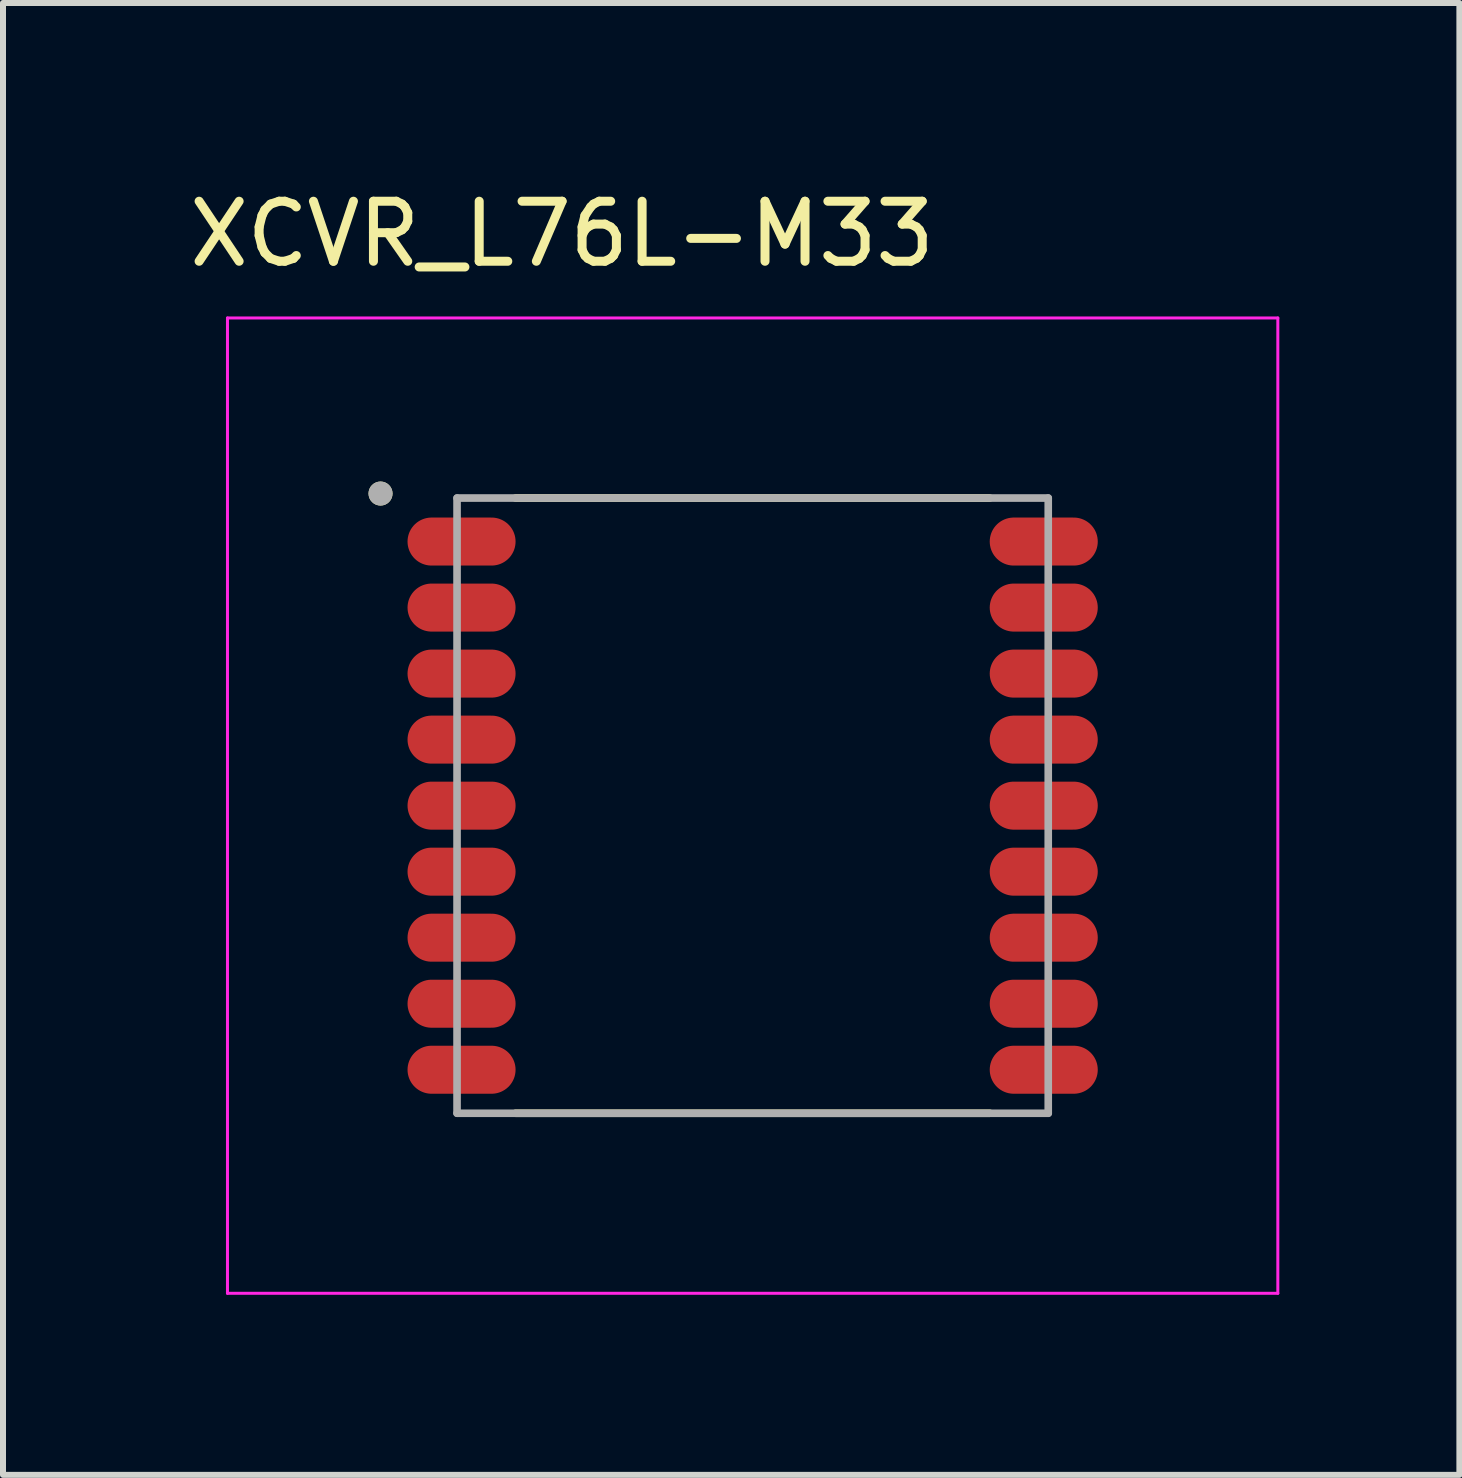
<source format=kicad_pcb>
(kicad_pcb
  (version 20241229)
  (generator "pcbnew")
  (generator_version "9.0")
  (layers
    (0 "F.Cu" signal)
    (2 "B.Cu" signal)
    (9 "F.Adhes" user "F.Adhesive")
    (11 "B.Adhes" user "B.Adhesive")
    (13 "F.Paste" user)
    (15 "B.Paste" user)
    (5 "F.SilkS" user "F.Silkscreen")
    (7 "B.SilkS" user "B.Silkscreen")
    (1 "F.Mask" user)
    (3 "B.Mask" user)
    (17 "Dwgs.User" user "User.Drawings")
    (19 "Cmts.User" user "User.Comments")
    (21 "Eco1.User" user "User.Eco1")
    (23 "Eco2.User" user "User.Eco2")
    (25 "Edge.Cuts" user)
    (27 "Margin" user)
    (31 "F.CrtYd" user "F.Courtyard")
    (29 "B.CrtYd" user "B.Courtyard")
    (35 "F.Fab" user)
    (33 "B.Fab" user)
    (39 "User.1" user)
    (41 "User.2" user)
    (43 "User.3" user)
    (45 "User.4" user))
  (footprint "XCVR_L76L-M33"
    (layer "F.Cu")
    (at 9.49 10.373)
    (property "Reference" "XCVR_L76L-M33" (at -3.175 -9.525 0) (layer "F.SilkS") (effects (font (size 1 1) (thickness 0.15))))
    (attr smd)
    (fp_line (start -3.95 -5.125) (end 3.95 -5.125) (stroke (width 0.127) (type solid)) (layer "F.SilkS"))
    (fp_line (start -3.95 5.125) (end 3.95 5.125) (stroke (width 0.127) (type solid)) (layer "F.SilkS"))
    (fp_circle (center -6.2 -5.2) (end -6.1 -5.2) (stroke (width 0.2) (type solid)) (fill no) (layer "F.SilkS"))
    (fp_poly (pts (xy -5.1 -4.8) (xy -4.45 -4.8) (xy -4.408 -4.798) (xy -4.367 -4.791) (xy -4.326 -4.78) (xy -4.287 -4.765) (xy -4.25 -4.746) (xy -4.215 -4.724) (xy -4.182 -4.697) (xy -4.153 -4.668) (xy -4.126 -4.635) (xy -4.104 -4.6) (xy -4.085 -4.563) (xy -4.07 -4.524) (xy -4.059 -4.483) (xy -4.052 -4.442) (xy -4.05 -4.4) (xy -4.052 -4.358) (xy -4.059 -4.317) (xy -4.07 -4.276) (xy -4.085 -4.237) (xy -4.104 -4.2) (xy -4.126 -4.165) (xy -4.153 -4.132) (xy -4.182 -4.103) (xy -4.215 -4.076) (xy -4.25 -4.054) (xy -4.287 -4.035) (xy -4.326 -4.02) (xy -4.367 -4.009) (xy -4.408 -4.002) (xy -4.45 -4) (xy -5.75 -4) (xy -5.792 -4.002) (xy -5.833 -4.009) (xy -5.874 -4.02) (xy -5.913 -4.035) (xy -5.95 -4.054) (xy -5.985 -4.076) (xy -6.018 -4.103) (xy -6.047 -4.132) (xy -6.074 -4.165) (xy -6.096 -4.2) (xy -6.115 -4.237) (xy -6.13 -4.276) (xy -6.141 -4.317) (xy -6.148 -4.358) (xy -6.15 -4.4) (xy -6.148 -4.442) (xy -6.141 -4.483) (xy -6.13 -4.524) (xy -6.115 -4.563) (xy -6.096 -4.6) (xy -6.074 -4.635) (xy -6.047 -4.668) (xy -6.018 -4.697) (xy -5.985 -4.724) (xy -5.95 -4.746) (xy -5.913 -4.765) (xy -5.874 -4.78) (xy -5.833 -4.791) (xy -5.792 -4.798) (xy -5.75 -4.8) (xy -5.1 -4.8)) (stroke (width 0.0001) (type solid)) (fill yes) (layer "F.Paste"))
    (fp_poly (pts (xy -5.1 -3.7) (xy -4.45 -3.7) (xy -4.408 -3.698) (xy -4.367 -3.691) (xy -4.326 -3.68) (xy -4.287 -3.665) (xy -4.25 -3.646) (xy -4.215 -3.624) (xy -4.182 -3.597) (xy -4.153 -3.568) (xy -4.126 -3.535) (xy -4.104 -3.5) (xy -4.085 -3.463) (xy -4.07 -3.424) (xy -4.059 -3.383) (xy -4.052 -3.342) (xy -4.05 -3.3) (xy -4.052 -3.258) (xy -4.059 -3.217) (xy -4.07 -3.176) (xy -4.085 -3.137) (xy -4.104 -3.1) (xy -4.126 -3.065) (xy -4.153 -3.032) (xy -4.182 -3.003) (xy -4.215 -2.976) (xy -4.25 -2.954) (xy -4.287 -2.935) (xy -4.326 -2.92) (xy -4.367 -2.909) (xy -4.408 -2.902) (xy -4.45 -2.9) (xy -5.75 -2.9) (xy -5.792 -2.902) (xy -5.833 -2.909) (xy -5.874 -2.92) (xy -5.913 -2.935) (xy -5.95 -2.954) (xy -5.985 -2.976) (xy -6.018 -3.003) (xy -6.047 -3.032) (xy -6.074 -3.065) (xy -6.096 -3.1) (xy -6.115 -3.137) (xy -6.13 -3.176) (xy -6.141 -3.217) (xy -6.148 -3.258) (xy -6.15 -3.3) (xy -6.148 -3.342) (xy -6.141 -3.383) (xy -6.13 -3.424) (xy -6.115 -3.463) (xy -6.096 -3.5) (xy -6.074 -3.535) (xy -6.047 -3.568) (xy -6.018 -3.597) (xy -5.985 -3.624) (xy -5.95 -3.646) (xy -5.913 -3.665) (xy -5.874 -3.68) (xy -5.833 -3.691) (xy -5.792 -3.698) (xy -5.75 -3.7) (xy -5.1 -3.7)) (stroke (width 0.0001) (type solid)) (fill yes) (layer "F.Paste"))
    (fp_poly (pts (xy -5.1 -2.6) (xy -4.45 -2.6) (xy -4.408 -2.598) (xy -4.367 -2.591) (xy -4.326 -2.58) (xy -4.287 -2.565) (xy -4.25 -2.546) (xy -4.215 -2.524) (xy -4.182 -2.497) (xy -4.153 -2.468) (xy -4.126 -2.435) (xy -4.104 -2.4) (xy -4.085 -2.363) (xy -4.07 -2.324) (xy -4.059 -2.283) (xy -4.052 -2.242) (xy -4.05 -2.2) (xy -4.052 -2.158) (xy -4.059 -2.117) (xy -4.07 -2.076) (xy -4.085 -2.037) (xy -4.104 -2) (xy -4.126 -1.965) (xy -4.153 -1.932) (xy -4.182 -1.903) (xy -4.215 -1.876) (xy -4.25 -1.854) (xy -4.287 -1.835) (xy -4.326 -1.82) (xy -4.367 -1.809) (xy -4.408 -1.802) (xy -4.45 -1.8) (xy -5.75 -1.8) (xy -5.792 -1.802) (xy -5.833 -1.809) (xy -5.874 -1.82) (xy -5.913 -1.835) (xy -5.95 -1.854) (xy -5.985 -1.876) (xy -6.018 -1.903) (xy -6.047 -1.932) (xy -6.074 -1.965) (xy -6.096 -2) (xy -6.115 -2.037) (xy -6.13 -2.076) (xy -6.141 -2.117) (xy -6.148 -2.158) (xy -6.15 -2.2) (xy -6.148 -2.242) (xy -6.141 -2.283) (xy -6.13 -2.324) (xy -6.115 -2.363) (xy -6.096 -2.4) (xy -6.074 -2.435) (xy -6.047 -2.468) (xy -6.018 -2.497) (xy -5.985 -2.524) (xy -5.95 -2.546) (xy -5.913 -2.565) (xy -5.874 -2.58) (xy -5.833 -2.591) (xy -5.792 -2.598) (xy -5.75 -2.6) (xy -5.1 -2.6)) (stroke (width 0.0001) (type solid)) (fill yes) (layer "F.Paste"))
    (fp_poly (pts (xy -5.1 -1.5) (xy -4.45 -1.5) (xy -4.408 -1.498) (xy -4.367 -1.491) (xy -4.326 -1.48) (xy -4.287 -1.465) (xy -4.25 -1.446) (xy -4.215 -1.424) (xy -4.182 -1.397) (xy -4.153 -1.368) (xy -4.126 -1.335) (xy -4.104 -1.3) (xy -4.085 -1.263) (xy -4.07 -1.224) (xy -4.059 -1.183) (xy -4.052 -1.142) (xy -4.05 -1.1) (xy -4.052 -1.058) (xy -4.059 -1.017) (xy -4.07 -0.976) (xy -4.085 -0.937) (xy -4.104 -0.9) (xy -4.126 -0.865) (xy -4.153 -0.832) (xy -4.182 -0.803) (xy -4.215 -0.776) (xy -4.25 -0.754) (xy -4.287 -0.735) (xy -4.326 -0.72) (xy -4.367 -0.709) (xy -4.408 -0.702) (xy -4.45 -0.7) (xy -5.75 -0.7) (xy -5.792 -0.702) (xy -5.833 -0.709) (xy -5.874 -0.72) (xy -5.913 -0.735) (xy -5.95 -0.754) (xy -5.985 -0.776) (xy -6.018 -0.803) (xy -6.047 -0.832) (xy -6.074 -0.865) (xy -6.096 -0.9) (xy -6.115 -0.937) (xy -6.13 -0.976) (xy -6.141 -1.017) (xy -6.148 -1.058) (xy -6.15 -1.1) (xy -6.148 -1.142) (xy -6.141 -1.183) (xy -6.13 -1.224) (xy -6.115 -1.263) (xy -6.096 -1.3) (xy -6.074 -1.335) (xy -6.047 -1.368) (xy -6.018 -1.397) (xy -5.985 -1.424) (xy -5.95 -1.446) (xy -5.913 -1.465) (xy -5.874 -1.48) (xy -5.833 -1.491) (xy -5.792 -1.498) (xy -5.75 -1.5) (xy -5.1 -1.5)) (stroke (width 0.0001) (type solid)) (fill yes) (layer "F.Paste"))
    (fp_poly (pts (xy -5.1 -0.4) (xy -4.45 -0.4) (xy -4.408 -0.398) (xy -4.367 -0.391) (xy -4.326 -0.38) (xy -4.287 -0.365) (xy -4.25 -0.346) (xy -4.215 -0.324) (xy -4.182 -0.297) (xy -4.153 -0.268) (xy -4.126 -0.235) (xy -4.104 -0.2) (xy -4.085 -0.163) (xy -4.07 -0.124) (xy -4.059 -0.083) (xy -4.052 -0.042) (xy -4.05 0) (xy -4.052 0.042) (xy -4.059 0.083) (xy -4.07 0.124) (xy -4.085 0.163) (xy -4.104 0.2) (xy -4.126 0.235) (xy -4.153 0.268) (xy -4.182 0.297) (xy -4.215 0.324) (xy -4.25 0.346) (xy -4.287 0.365) (xy -4.326 0.38) (xy -4.367 0.391) (xy -4.408 0.398) (xy -4.45 0.4) (xy -5.75 0.4) (xy -5.792 0.398) (xy -5.833 0.391) (xy -5.874 0.38) (xy -5.913 0.365) (xy -5.95 0.346) (xy -5.985 0.324) (xy -6.018 0.297) (xy -6.047 0.268) (xy -6.074 0.235) (xy -6.096 0.2) (xy -6.115 0.163) (xy -6.13 0.124) (xy -6.141 0.083) (xy -6.148 0.042) (xy -6.15 0) (xy -6.148 -0.042) (xy -6.141 -0.083) (xy -6.13 -0.124) (xy -6.115 -0.163) (xy -6.096 -0.2) (xy -6.074 -0.235) (xy -6.047 -0.268) (xy -6.018 -0.297) (xy -5.985 -0.324) (xy -5.95 -0.346) (xy -5.913 -0.365) (xy -5.874 -0.38) (xy -5.833 -0.391) (xy -5.792 -0.398) (xy -5.75 -0.4) (xy -5.1 -0.4)) (stroke (width 0.0001) (type solid)) (fill yes) (layer "F.Paste"))
    (fp_poly (pts (xy -5.1 0.7) (xy -4.45 0.7) (xy -4.408 0.702) (xy -4.367 0.709) (xy -4.326 0.72) (xy -4.287 0.735) (xy -4.25 0.754) (xy -4.215 0.776) (xy -4.182 0.803) (xy -4.153 0.832) (xy -4.126 0.865) (xy -4.104 0.9) (xy -4.085 0.937) (xy -4.07 0.976) (xy -4.059 1.017) (xy -4.052 1.058) (xy -4.05 1.1) (xy -4.052 1.142) (xy -4.059 1.183) (xy -4.07 1.224) (xy -4.085 1.263) (xy -4.104 1.3) (xy -4.126 1.335) (xy -4.153 1.368) (xy -4.182 1.397) (xy -4.215 1.424) (xy -4.25 1.446) (xy -4.287 1.465) (xy -4.326 1.48) (xy -4.367 1.491) (xy -4.408 1.498) (xy -4.45 1.5) (xy -5.75 1.5) (xy -5.792 1.498) (xy -5.833 1.491) (xy -5.874 1.48) (xy -5.913 1.465) (xy -5.95 1.446) (xy -5.985 1.424) (xy -6.018 1.397) (xy -6.047 1.368) (xy -6.074 1.335) (xy -6.096 1.3) (xy -6.115 1.263) (xy -6.13 1.224) (xy -6.141 1.183) (xy -6.148 1.142) (xy -6.15 1.1) (xy -6.148 1.058) (xy -6.141 1.017) (xy -6.13 0.976) (xy -6.115 0.937) (xy -6.096 0.9) (xy -6.074 0.865) (xy -6.047 0.832) (xy -6.018 0.803) (xy -5.985 0.776) (xy -5.95 0.754) (xy -5.913 0.735) (xy -5.874 0.72) (xy -5.833 0.709) (xy -5.792 0.702) (xy -5.75 0.7) (xy -5.1 0.7)) (stroke (width 0.0001) (type solid)) (fill yes) (layer "F.Paste"))
    (fp_poly (pts (xy -5.1 1.8) (xy -4.45 1.8) (xy -4.408 1.802) (xy -4.367 1.809) (xy -4.326 1.82) (xy -4.287 1.835) (xy -4.25 1.854) (xy -4.215 1.876) (xy -4.182 1.903) (xy -4.153 1.932) (xy -4.126 1.965) (xy -4.104 2) (xy -4.085 2.037) (xy -4.07 2.076) (xy -4.059 2.117) (xy -4.052 2.158) (xy -4.05 2.2) (xy -4.052 2.242) (xy -4.059 2.283) (xy -4.07 2.324) (xy -4.085 2.363) (xy -4.104 2.4) (xy -4.126 2.435) (xy -4.153 2.468) (xy -4.182 2.497) (xy -4.215 2.524) (xy -4.25 2.546) (xy -4.287 2.565) (xy -4.326 2.58) (xy -4.367 2.591) (xy -4.408 2.598) (xy -4.45 2.6) (xy -5.75 2.6) (xy -5.792 2.598) (xy -5.833 2.591) (xy -5.874 2.58) (xy -5.913 2.565) (xy -5.95 2.546) (xy -5.985 2.524) (xy -6.018 2.497) (xy -6.047 2.468) (xy -6.074 2.435) (xy -6.096 2.4) (xy -6.115 2.363) (xy -6.13 2.324) (xy -6.141 2.283) (xy -6.148 2.242) (xy -6.15 2.2) (xy -6.148 2.158) (xy -6.141 2.117) (xy -6.13 2.076) (xy -6.115 2.037) (xy -6.096 2) (xy -6.074 1.965) (xy -6.047 1.932) (xy -6.018 1.903) (xy -5.985 1.876) (xy -5.95 1.854) (xy -5.913 1.835) (xy -5.874 1.82) (xy -5.833 1.809) (xy -5.792 1.802) (xy -5.75 1.8) (xy -5.1 1.8)) (stroke (width 0.0001) (type solid)) (fill yes) (layer "F.Paste"))
    (fp_poly (pts (xy -5.1 2.9) (xy -4.45 2.9) (xy -4.408 2.902) (xy -4.367 2.909) (xy -4.326 2.92) (xy -4.287 2.935) (xy -4.25 2.954) (xy -4.215 2.976) (xy -4.182 3.003) (xy -4.153 3.032) (xy -4.126 3.065) (xy -4.104 3.1) (xy -4.085 3.137) (xy -4.07 3.176) (xy -4.059 3.217) (xy -4.052 3.258) (xy -4.05 3.3) (xy -4.052 3.342) (xy -4.059 3.383) (xy -4.07 3.424) (xy -4.085 3.463) (xy -4.104 3.5) (xy -4.126 3.535) (xy -4.153 3.568) (xy -4.182 3.597) (xy -4.215 3.624) (xy -4.25 3.646) (xy -4.287 3.665) (xy -4.326 3.68) (xy -4.367 3.691) (xy -4.408 3.698) (xy -4.45 3.7) (xy -5.75 3.7) (xy -5.792 3.698) (xy -5.833 3.691) (xy -5.874 3.68) (xy -5.913 3.665) (xy -5.95 3.646) (xy -5.985 3.624) (xy -6.018 3.597) (xy -6.047 3.568) (xy -6.074 3.535) (xy -6.096 3.5) (xy -6.115 3.463) (xy -6.13 3.424) (xy -6.141 3.383) (xy -6.148 3.342) (xy -6.15 3.3) (xy -6.148 3.258) (xy -6.141 3.217) (xy -6.13 3.176) (xy -6.115 3.137) (xy -6.096 3.1) (xy -6.074 3.065) (xy -6.047 3.032) (xy -6.018 3.003) (xy -5.985 2.976) (xy -5.95 2.954) (xy -5.913 2.935) (xy -5.874 2.92) (xy -5.833 2.909) (xy -5.792 2.902) (xy -5.75 2.9) (xy -5.1 2.9)) (stroke (width 0.0001) (type solid)) (fill yes) (layer "F.Paste"))
    (fp_poly (pts (xy -5.1 4) (xy -4.45 4) (xy -4.408 4.002) (xy -4.367 4.009) (xy -4.326 4.02) (xy -4.287 4.035) (xy -4.25 4.054) (xy -4.215 4.076) (xy -4.182 4.103) (xy -4.153 4.132) (xy -4.126 4.165) (xy -4.104 4.2) (xy -4.085 4.237) (xy -4.07 4.276) (xy -4.059 4.317) (xy -4.052 4.358) (xy -4.05 4.4) (xy -4.052 4.442) (xy -4.059 4.483) (xy -4.07 4.524) (xy -4.085 4.563) (xy -4.104 4.6) (xy -4.126 4.635) (xy -4.153 4.668) (xy -4.182 4.697) (xy -4.215 4.724) (xy -4.25 4.746) (xy -4.287 4.765) (xy -4.326 4.78) (xy -4.367 4.791) (xy -4.408 4.798) (xy -4.45 4.8) (xy -5.75 4.8) (xy -5.792 4.798) (xy -5.833 4.791) (xy -5.874 4.78) (xy -5.913 4.765) (xy -5.95 4.746) (xy -5.985 4.724) (xy -6.018 4.697) (xy -6.047 4.668) (xy -6.074 4.635) (xy -6.096 4.6) (xy -6.115 4.563) (xy -6.13 4.524) (xy -6.141 4.483) (xy -6.148 4.442) (xy -6.15 4.4) (xy -6.148 4.358) (xy -6.141 4.317) (xy -6.13 4.276) (xy -6.115 4.237) (xy -6.096 4.2) (xy -6.074 4.165) (xy -6.047 4.132) (xy -6.018 4.103) (xy -5.985 4.076) (xy -5.95 4.054) (xy -5.913 4.035) (xy -5.874 4.02) (xy -5.833 4.009) (xy -5.792 4.002) (xy -5.75 4) (xy -5.1 4)) (stroke (width 0.0001) (type solid)) (fill yes) (layer "F.Paste"))
    (fp_poly (pts (xy 5.1 -4.8) (xy 5.75 -4.8) (xy 5.792 -4.798) (xy 5.833 -4.791) (xy 5.874 -4.78) (xy 5.913 -4.765) (xy 5.95 -4.746) (xy 5.985 -4.724) (xy 6.018 -4.697) (xy 6.047 -4.668) (xy 6.074 -4.635) (xy 6.096 -4.6) (xy 6.115 -4.563) (xy 6.13 -4.524) (xy 6.141 -4.483) (xy 6.148 -4.442) (xy 6.15 -4.4) (xy 6.148 -4.358) (xy 6.141 -4.317) (xy 6.13 -4.276) (xy 6.115 -4.237) (xy 6.096 -4.2) (xy 6.074 -4.165) (xy 6.047 -4.132) (xy 6.018 -4.103) (xy 5.985 -4.076) (xy 5.95 -4.054) (xy 5.913 -4.035) (xy 5.874 -4.02) (xy 5.833 -4.009) (xy 5.792 -4.002) (xy 5.75 -4) (xy 4.45 -4) (xy 4.408 -4.002) (xy 4.367 -4.009) (xy 4.326 -4.02) (xy 4.287 -4.035) (xy 4.25 -4.054) (xy 4.215 -4.076) (xy 4.182 -4.103) (xy 4.153 -4.132) (xy 4.126 -4.165) (xy 4.104 -4.2) (xy 4.085 -4.237) (xy 4.07 -4.276) (xy 4.059 -4.317) (xy 4.052 -4.358) (xy 4.05 -4.4) (xy 4.052 -4.442) (xy 4.059 -4.483) (xy 4.07 -4.524) (xy 4.085 -4.563) (xy 4.104 -4.6) (xy 4.126 -4.635) (xy 4.153 -4.668) (xy 4.182 -4.697) (xy 4.215 -4.724) (xy 4.25 -4.746) (xy 4.287 -4.765) (xy 4.326 -4.78) (xy 4.367 -4.791) (xy 4.408 -4.798) (xy 4.45 -4.8) (xy 5.1 -4.8)) (stroke (width 0.0001) (type solid)) (fill yes) (layer "F.Paste"))
    (fp_poly (pts (xy 5.1 -3.7) (xy 5.75 -3.7) (xy 5.792 -3.698) (xy 5.833 -3.691) (xy 5.874 -3.68) (xy 5.913 -3.665) (xy 5.95 -3.646) (xy 5.985 -3.624) (xy 6.018 -3.597) (xy 6.047 -3.568) (xy 6.074 -3.535) (xy 6.096 -3.5) (xy 6.115 -3.463) (xy 6.13 -3.424) (xy 6.141 -3.383) (xy 6.148 -3.342) (xy 6.15 -3.3) (xy 6.148 -3.258) (xy 6.141 -3.217) (xy 6.13 -3.176) (xy 6.115 -3.137) (xy 6.096 -3.1) (xy 6.074 -3.065) (xy 6.047 -3.032) (xy 6.018 -3.003) (xy 5.985 -2.976) (xy 5.95 -2.954) (xy 5.913 -2.935) (xy 5.874 -2.92) (xy 5.833 -2.909) (xy 5.792 -2.902) (xy 5.75 -2.9) (xy 4.45 -2.9) (xy 4.408 -2.902) (xy 4.367 -2.909) (xy 4.326 -2.92) (xy 4.287 -2.935) (xy 4.25 -2.954) (xy 4.215 -2.976) (xy 4.182 -3.003) (xy 4.153 -3.032) (xy 4.126 -3.065) (xy 4.104 -3.1) (xy 4.085 -3.137) (xy 4.07 -3.176) (xy 4.059 -3.217) (xy 4.052 -3.258) (xy 4.05 -3.3) (xy 4.052 -3.342) (xy 4.059 -3.383) (xy 4.07 -3.424) (xy 4.085 -3.463) (xy 4.104 -3.5) (xy 4.126 -3.535) (xy 4.153 -3.568) (xy 4.182 -3.597) (xy 4.215 -3.624) (xy 4.25 -3.646) (xy 4.287 -3.665) (xy 4.326 -3.68) (xy 4.367 -3.691) (xy 4.408 -3.698) (xy 4.45 -3.7) (xy 5.1 -3.7)) (stroke (width 0.0001) (type solid)) (fill yes) (layer "F.Paste"))
    (fp_poly (pts (xy 5.1 -2.6) (xy 5.75 -2.6) (xy 5.792 -2.598) (xy 5.833 -2.591) (xy 5.874 -2.58) (xy 5.913 -2.565) (xy 5.95 -2.546) (xy 5.985 -2.524) (xy 6.018 -2.497) (xy 6.047 -2.468) (xy 6.074 -2.435) (xy 6.096 -2.4) (xy 6.115 -2.363) (xy 6.13 -2.324) (xy 6.141 -2.283) (xy 6.148 -2.242) (xy 6.15 -2.2) (xy 6.148 -2.158) (xy 6.141 -2.117) (xy 6.13 -2.076) (xy 6.115 -2.037) (xy 6.096 -2) (xy 6.074 -1.965) (xy 6.047 -1.932) (xy 6.018 -1.903) (xy 5.985 -1.876) (xy 5.95 -1.854) (xy 5.913 -1.835) (xy 5.874 -1.82) (xy 5.833 -1.809) (xy 5.792 -1.802) (xy 5.75 -1.8) (xy 4.45 -1.8) (xy 4.408 -1.802) (xy 4.367 -1.809) (xy 4.326 -1.82) (xy 4.287 -1.835) (xy 4.25 -1.854) (xy 4.215 -1.876) (xy 4.182 -1.903) (xy 4.153 -1.932) (xy 4.126 -1.965) (xy 4.104 -2) (xy 4.085 -2.037) (xy 4.07 -2.076) (xy 4.059 -2.117) (xy 4.052 -2.158) (xy 4.05 -2.2) (xy 4.052 -2.242) (xy 4.059 -2.283) (xy 4.07 -2.324) (xy 4.085 -2.363) (xy 4.104 -2.4) (xy 4.126 -2.435) (xy 4.153 -2.468) (xy 4.182 -2.497) (xy 4.215 -2.524) (xy 4.25 -2.546) (xy 4.287 -2.565) (xy 4.326 -2.58) (xy 4.367 -2.591) (xy 4.408 -2.598) (xy 4.45 -2.6) (xy 5.1 -2.6)) (stroke (width 0.0001) (type solid)) (fill yes) (layer "F.Paste"))
    (fp_poly (pts (xy 5.1 -1.5) (xy 5.75 -1.5) (xy 5.792 -1.498) (xy 5.833 -1.491) (xy 5.874 -1.48) (xy 5.913 -1.465) (xy 5.95 -1.446) (xy 5.985 -1.424) (xy 6.018 -1.397) (xy 6.047 -1.368) (xy 6.074 -1.335) (xy 6.096 -1.3) (xy 6.115 -1.263) (xy 6.13 -1.224) (xy 6.141 -1.183) (xy 6.148 -1.142) (xy 6.15 -1.1) (xy 6.148 -1.058) (xy 6.141 -1.017) (xy 6.13 -0.976) (xy 6.115 -0.937) (xy 6.096 -0.9) (xy 6.074 -0.865) (xy 6.047 -0.832) (xy 6.018 -0.803) (xy 5.985 -0.776) (xy 5.95 -0.754) (xy 5.913 -0.735) (xy 5.874 -0.72) (xy 5.833 -0.709) (xy 5.792 -0.702) (xy 5.75 -0.7) (xy 4.45 -0.7) (xy 4.408 -0.702) (xy 4.367 -0.709) (xy 4.326 -0.72) (xy 4.287 -0.735) (xy 4.25 -0.754) (xy 4.215 -0.776) (xy 4.182 -0.803) (xy 4.153 -0.832) (xy 4.126 -0.865) (xy 4.104 -0.9) (xy 4.085 -0.937) (xy 4.07 -0.976) (xy 4.059 -1.017) (xy 4.052 -1.058) (xy 4.05 -1.1) (xy 4.052 -1.142) (xy 4.059 -1.183) (xy 4.07 -1.224) (xy 4.085 -1.263) (xy 4.104 -1.3) (xy 4.126 -1.335) (xy 4.153 -1.368) (xy 4.182 -1.397) (xy 4.215 -1.424) (xy 4.25 -1.446) (xy 4.287 -1.465) (xy 4.326 -1.48) (xy 4.367 -1.491) (xy 4.408 -1.498) (xy 4.45 -1.5) (xy 5.1 -1.5)) (stroke (width 0.0001) (type solid)) (fill yes) (layer "F.Paste"))
    (fp_poly (pts (xy 5.1 -0.4) (xy 5.75 -0.4) (xy 5.792 -0.398) (xy 5.833 -0.391) (xy 5.874 -0.38) (xy 5.913 -0.365) (xy 5.95 -0.346) (xy 5.985 -0.324) (xy 6.018 -0.297) (xy 6.047 -0.268) (xy 6.074 -0.235) (xy 6.096 -0.2) (xy 6.115 -0.163) (xy 6.13 -0.124) (xy 6.141 -0.083) (xy 6.148 -0.042) (xy 6.15 0) (xy 6.148 0.042) (xy 6.141 0.083) (xy 6.13 0.124) (xy 6.115 0.163) (xy 6.096 0.2) (xy 6.074 0.235) (xy 6.047 0.268) (xy 6.018 0.297) (xy 5.985 0.324) (xy 5.95 0.346) (xy 5.913 0.365) (xy 5.874 0.38) (xy 5.833 0.391) (xy 5.792 0.398) (xy 5.75 0.4) (xy 4.45 0.4) (xy 4.408 0.398) (xy 4.367 0.391) (xy 4.326 0.38) (xy 4.287 0.365) (xy 4.25 0.346) (xy 4.215 0.324) (xy 4.182 0.297) (xy 4.153 0.268) (xy 4.126 0.235) (xy 4.104 0.2) (xy 4.085 0.163) (xy 4.07 0.124) (xy 4.059 0.083) (xy 4.052 0.042) (xy 4.05 0) (xy 4.052 -0.042) (xy 4.059 -0.083) (xy 4.07 -0.124) (xy 4.085 -0.163) (xy 4.104 -0.2) (xy 4.126 -0.235) (xy 4.153 -0.268) (xy 4.182 -0.297) (xy 4.215 -0.324) (xy 4.25 -0.346) (xy 4.287 -0.365) (xy 4.326 -0.38) (xy 4.367 -0.391) (xy 4.408 -0.398) (xy 4.45 -0.4) (xy 5.1 -0.4)) (stroke (width 0.0001) (type solid)) (fill yes) (layer "F.Paste"))
    (fp_poly (pts (xy 5.1 0.7) (xy 5.75 0.7) (xy 5.792 0.702) (xy 5.833 0.709) (xy 5.874 0.72) (xy 5.913 0.735) (xy 5.95 0.754) (xy 5.985 0.776) (xy 6.018 0.803) (xy 6.047 0.832) (xy 6.074 0.865) (xy 6.096 0.9) (xy 6.115 0.937) (xy 6.13 0.976) (xy 6.141 1.017) (xy 6.148 1.058) (xy 6.15 1.1) (xy 6.148 1.142) (xy 6.141 1.183) (xy 6.13 1.224) (xy 6.115 1.263) (xy 6.096 1.3) (xy 6.074 1.335) (xy 6.047 1.368) (xy 6.018 1.397) (xy 5.985 1.424) (xy 5.95 1.446) (xy 5.913 1.465) (xy 5.874 1.48) (xy 5.833 1.491) (xy 5.792 1.498) (xy 5.75 1.5) (xy 4.45 1.5) (xy 4.408 1.498) (xy 4.367 1.491) (xy 4.326 1.48) (xy 4.287 1.465) (xy 4.25 1.446) (xy 4.215 1.424) (xy 4.182 1.397) (xy 4.153 1.368) (xy 4.126 1.335) (xy 4.104 1.3) (xy 4.085 1.263) (xy 4.07 1.224) (xy 4.059 1.183) (xy 4.052 1.142) (xy 4.05 1.1) (xy 4.052 1.058) (xy 4.059 1.017) (xy 4.07 0.976) (xy 4.085 0.937) (xy 4.104 0.9) (xy 4.126 0.865) (xy 4.153 0.832) (xy 4.182 0.803) (xy 4.215 0.776) (xy 4.25 0.754) (xy 4.287 0.735) (xy 4.326 0.72) (xy 4.367 0.709) (xy 4.408 0.702) (xy 4.45 0.7) (xy 5.1 0.7)) (stroke (width 0.0001) (type solid)) (fill yes) (layer "F.Paste"))
    (fp_poly (pts (xy 5.1 1.8) (xy 5.75 1.8) (xy 5.792 1.802) (xy 5.833 1.809) (xy 5.874 1.82) (xy 5.913 1.835) (xy 5.95 1.854) (xy 5.985 1.876) (xy 6.018 1.903) (xy 6.047 1.932) (xy 6.074 1.965) (xy 6.096 2) (xy 6.115 2.037) (xy 6.13 2.076) (xy 6.141 2.117) (xy 6.148 2.158) (xy 6.15 2.2) (xy 6.148 2.242) (xy 6.141 2.283) (xy 6.13 2.324) (xy 6.115 2.363) (xy 6.096 2.4) (xy 6.074 2.435) (xy 6.047 2.468) (xy 6.018 2.497) (xy 5.985 2.524) (xy 5.95 2.546) (xy 5.913 2.565) (xy 5.874 2.58) (xy 5.833 2.591) (xy 5.792 2.598) (xy 5.75 2.6) (xy 4.45 2.6) (xy 4.408 2.598) (xy 4.367 2.591) (xy 4.326 2.58) (xy 4.287 2.565) (xy 4.25 2.546) (xy 4.215 2.524) (xy 4.182 2.497) (xy 4.153 2.468) (xy 4.126 2.435) (xy 4.104 2.4) (xy 4.085 2.363) (xy 4.07 2.324) (xy 4.059 2.283) (xy 4.052 2.242) (xy 4.05 2.2) (xy 4.052 2.158) (xy 4.059 2.117) (xy 4.07 2.076) (xy 4.085 2.037) (xy 4.104 2) (xy 4.126 1.965) (xy 4.153 1.932) (xy 4.182 1.903) (xy 4.215 1.876) (xy 4.25 1.854) (xy 4.287 1.835) (xy 4.326 1.82) (xy 4.367 1.809) (xy 4.408 1.802) (xy 4.45 1.8) (xy 5.1 1.8)) (stroke (width 0.0001) (type solid)) (fill yes) (layer "F.Paste"))
    (fp_poly (pts (xy 5.1 2.9) (xy 5.75 2.9) (xy 5.792 2.902) (xy 5.833 2.909) (xy 5.874 2.92) (xy 5.913 2.935) (xy 5.95 2.954) (xy 5.985 2.976) (xy 6.018 3.003) (xy 6.047 3.032) (xy 6.074 3.065) (xy 6.096 3.1) (xy 6.115 3.137) (xy 6.13 3.176) (xy 6.141 3.217) (xy 6.148 3.258) (xy 6.15 3.3) (xy 6.148 3.342) (xy 6.141 3.383) (xy 6.13 3.424) (xy 6.115 3.463) (xy 6.096 3.5) (xy 6.074 3.535) (xy 6.047 3.568) (xy 6.018 3.597) (xy 5.985 3.624) (xy 5.95 3.646) (xy 5.913 3.665) (xy 5.874 3.68) (xy 5.833 3.691) (xy 5.792 3.698) (xy 5.75 3.7) (xy 4.45 3.7) (xy 4.408 3.698) (xy 4.367 3.691) (xy 4.326 3.68) (xy 4.287 3.665) (xy 4.25 3.646) (xy 4.215 3.624) (xy 4.182 3.597) (xy 4.153 3.568) (xy 4.126 3.535) (xy 4.104 3.5) (xy 4.085 3.463) (xy 4.07 3.424) (xy 4.059 3.383) (xy 4.052 3.342) (xy 4.05 3.3) (xy 4.052 3.258) (xy 4.059 3.217) (xy 4.07 3.176) (xy 4.085 3.137) (xy 4.104 3.1) (xy 4.126 3.065) (xy 4.153 3.032) (xy 4.182 3.003) (xy 4.215 2.976) (xy 4.25 2.954) (xy 4.287 2.935) (xy 4.326 2.92) (xy 4.367 2.909) (xy 4.408 2.902) (xy 4.45 2.9) (xy 5.1 2.9)) (stroke (width 0.0001) (type solid)) (fill yes) (layer "F.Paste"))
    (fp_poly (pts (xy 5.1 4) (xy 5.75 4) (xy 5.792 4.002) (xy 5.833 4.009) (xy 5.874 4.02) (xy 5.913 4.035) (xy 5.95 4.054) (xy 5.985 4.076) (xy 6.018 4.103) (xy 6.047 4.132) (xy 6.074 4.165) (xy 6.096 4.2) (xy 6.115 4.237) (xy 6.13 4.276) (xy 6.141 4.317) (xy 6.148 4.358) (xy 6.15 4.4) (xy 6.148 4.442) (xy 6.141 4.483) (xy 6.13 4.524) (xy 6.115 4.563) (xy 6.096 4.6) (xy 6.074 4.635) (xy 6.047 4.668) (xy 6.018 4.697) (xy 5.985 4.724) (xy 5.95 4.746) (xy 5.913 4.765) (xy 5.874 4.78) (xy 5.833 4.791) (xy 5.792 4.798) (xy 5.75 4.8) (xy 4.45 4.8) (xy 4.408 4.798) (xy 4.367 4.791) (xy 4.326 4.78) (xy 4.287 4.765) (xy 4.25 4.746) (xy 4.215 4.724) (xy 4.182 4.697) (xy 4.153 4.668) (xy 4.126 4.635) (xy 4.104 4.6) (xy 4.085 4.563) (xy 4.07 4.524) (xy 4.059 4.483) (xy 4.052 4.442) (xy 4.05 4.4) (xy 4.052 4.358) (xy 4.059 4.317) (xy 4.07 4.276) (xy 4.085 4.237) (xy 4.104 4.2) (xy 4.126 4.165) (xy 4.153 4.132) (xy 4.182 4.103) (xy 4.215 4.076) (xy 4.25 4.054) (xy 4.287 4.035) (xy 4.326 4.02) (xy 4.367 4.009) (xy 4.408 4.002) (xy 4.45 4) (xy 5.1 4)) (stroke (width 0.0001) (type solid)) (fill yes) (layer "F.Paste"))
    (fp_line (start -8.75 -8.125) (end 8.75 -8.125) (stroke (width 0.05) (type solid)) (layer "F.CrtYd"))
    (fp_line (start -8.75 8.125) (end -8.75 -8.125) (stroke (width 0.05) (type solid)) (layer "F.CrtYd"))
    (fp_line (start 8.75 -8.125) (end 8.75 8.125) (stroke (width 0.05) (type solid)) (layer "F.CrtYd"))
    (fp_line (start 8.75 8.125) (end -8.75 8.125) (stroke (width 0.05) (type solid)) (layer "F.CrtYd"))
    (fp_line (start -4.925 -5.125) (end -4.925 5.125) (stroke (width 0.127) (type solid)) (layer "F.Fab"))
    (fp_line (start -4.925 5.125) (end 4.925 5.125) (stroke (width 0.127) (type solid)) (layer "F.Fab"))
    (fp_line (start 4.925 -5.125) (end -4.925 -5.125) (stroke (width 0.127) (type solid)) (layer "F.Fab"))
    (fp_line (start 4.925 5.125) (end 4.925 -5.125) (stroke (width 0.127) (type solid)) (layer "F.Fab"))
    (fp_circle (center -6.2 -5.2) (end -6.1 -5.2) (stroke (width 0.2) (type solid)) (fill no) (layer "F.Fab"))
    (pad "1" smd oval (at -4.85 -4.4) (size 1.8 0.8) (layers "F.Cu" "F.Mask"))
    (pad "2" smd oval (at -4.85 -3.3) (size 1.8 0.8) (layers "F.Cu" "F.Mask"))
    (pad "3" smd oval (at -4.85 -2.2) (size 1.8 0.8) (layers "F.Cu" "F.Mask"))
    (pad "4" smd oval (at -4.85 -1.1) (size 1.8 0.8) (layers "F.Cu" "F.Mask"))
    (pad "5" smd oval (at -4.85 0) (size 1.8 0.8) (layers "F.Cu" "F.Mask"))
    (pad "6" smd oval (at -4.85 1.1) (size 1.8 0.8) (layers "F.Cu" "F.Mask"))
    (pad "7" smd oval (at -4.85 2.2) (size 1.8 0.8) (layers "F.Cu" "F.Mask"))
    (pad "8" smd oval (at -4.85 3.3) (size 1.8 0.8) (layers "F.Cu" "F.Mask"))
    (pad "9" smd oval (at -4.85 4.4) (size 1.8 0.8) (layers "F.Cu" "F.Mask"))
    (pad "10" smd oval (at 4.85 4.4) (size 1.8 0.8) (layers "F.Cu" "F.Mask"))
    (pad "11" smd oval (at 4.85 3.3) (size 1.8 0.8) (layers "F.Cu" "F.Mask"))
    (pad "12" smd oval (at 4.85 2.2) (size 1.8 0.8) (layers "F.Cu" "F.Mask"))
    (pad "13" smd oval (at 4.85 1.1) (size 1.8 0.8) (layers "F.Cu" "F.Mask"))
    (pad "14" smd oval (at 4.85 0) (size 1.8 0.8) (layers "F.Cu" "F.Mask"))
    (pad "15" smd oval (at 4.85 -1.1) (size 1.8 0.8) (layers "F.Cu" "F.Mask"))
    (pad "16" smd oval (at 4.85 -2.2) (size 1.8 0.8) (layers "F.Cu" "F.Mask"))
    (pad "17" smd oval (at 4.85 -3.3) (size 1.8 0.8) (layers "F.Cu" "F.Mask"))
    (pad "18" smd oval (at 4.85 -4.4) (size 1.8 0.8) (layers "F.Cu" "F.Mask")))
  (gr_rect
    (start -3 -3)
    (end 21.265 21.523)
    (stroke (width 0.1) (type default))
    (fill no)
    (layer "Edge.Cuts")))
</source>
